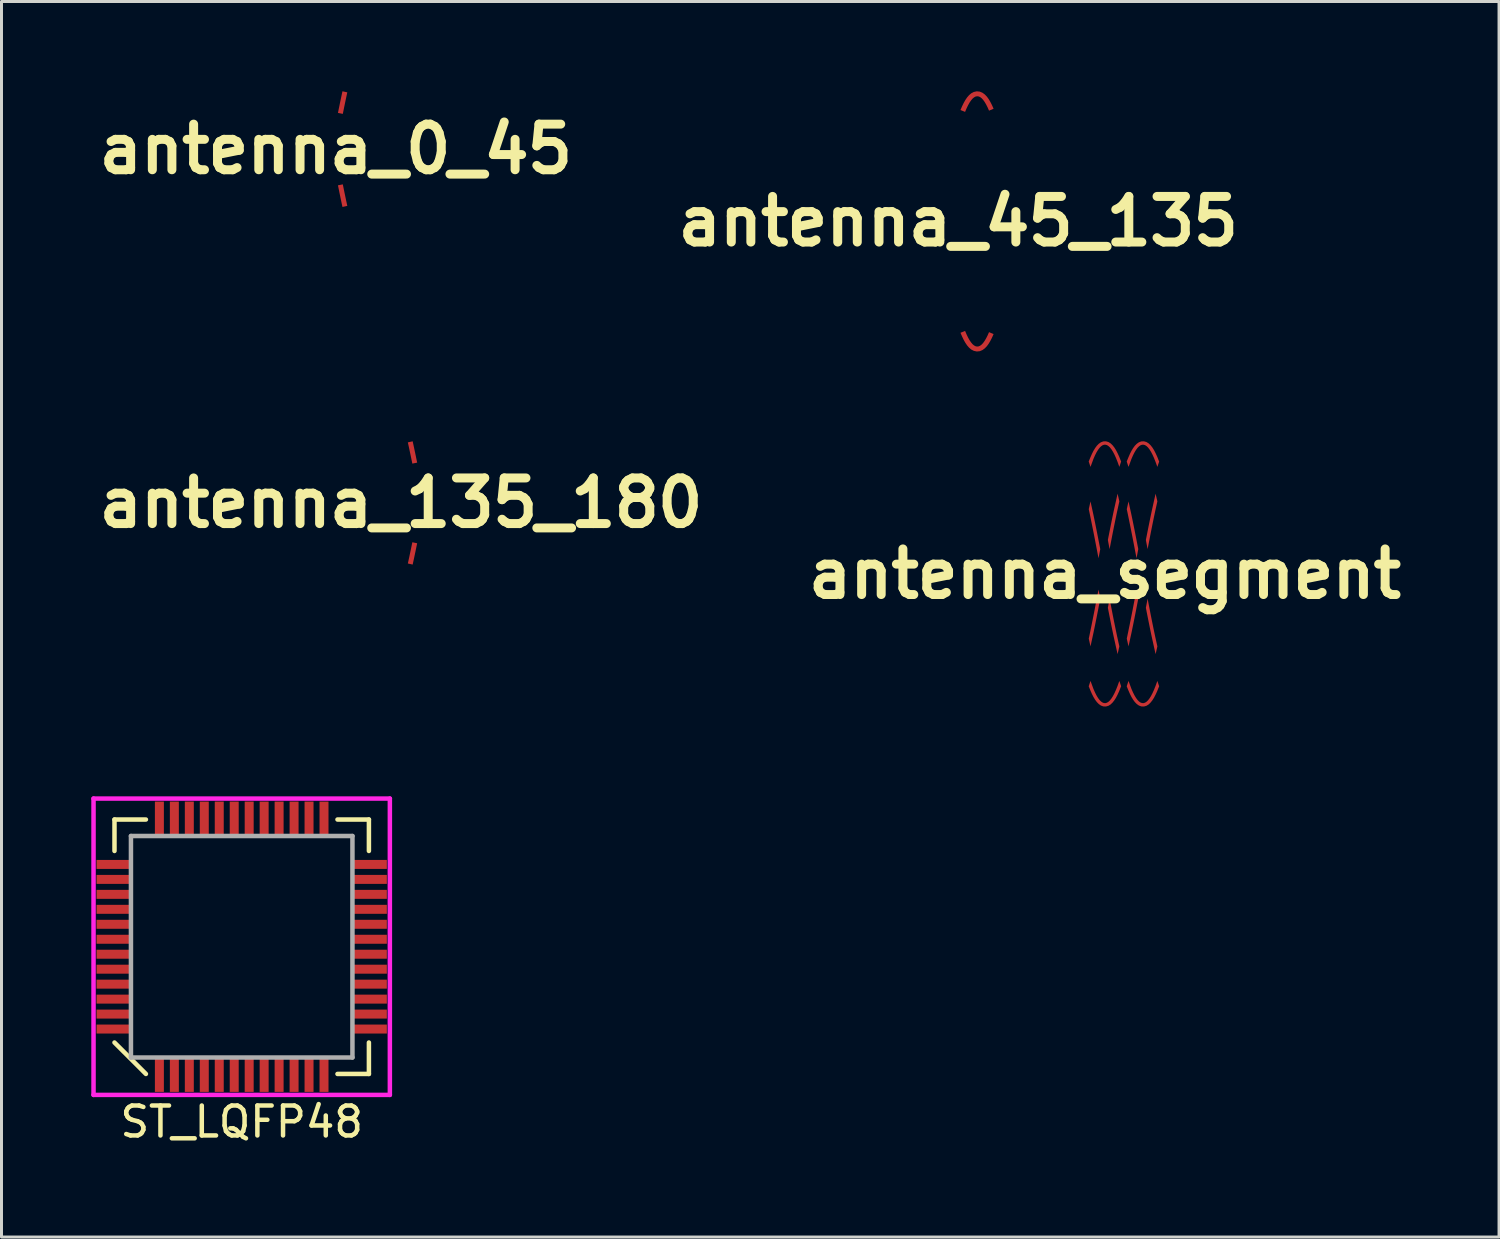
<source format=kicad_pcb>
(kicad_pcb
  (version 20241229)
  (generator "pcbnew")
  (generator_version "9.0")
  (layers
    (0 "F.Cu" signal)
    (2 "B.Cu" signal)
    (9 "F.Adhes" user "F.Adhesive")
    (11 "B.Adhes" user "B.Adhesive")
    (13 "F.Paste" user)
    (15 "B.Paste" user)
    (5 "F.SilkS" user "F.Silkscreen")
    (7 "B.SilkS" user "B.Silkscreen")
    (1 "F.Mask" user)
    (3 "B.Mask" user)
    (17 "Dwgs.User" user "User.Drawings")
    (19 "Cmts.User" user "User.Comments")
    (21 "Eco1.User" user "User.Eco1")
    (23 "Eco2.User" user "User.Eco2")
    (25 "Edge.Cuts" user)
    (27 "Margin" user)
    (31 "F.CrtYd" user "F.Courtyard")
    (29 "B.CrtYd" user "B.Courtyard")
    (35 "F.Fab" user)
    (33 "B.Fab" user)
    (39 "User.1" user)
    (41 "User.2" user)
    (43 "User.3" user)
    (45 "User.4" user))
  (footprint "antenna_segment"
    (layer "F.Cu")
    (at 33.865 16.124)
    (property "Reference" "antenna_segment" (at 0 0 0) (layer "F.SilkS") (effects (font (size 1.524 1.524) (thickness 0.3))))
    (attr through_hole)
    (fp_poly (pts (xy -0.482 -2.422) (xy -0.382 -1.963) (xy -0.332 -1.721) (xy -0.282 -1.473) (xy -0.232 -1.22) (xy -0.156 -0.828) (xy -0.214 -0.523) (xy -0.344 -1.198) (xy -0.394 -1.451) (xy -0.444 -1.699) (xy -0.493 -1.939) (xy -0.54 -2.163)) (stroke (width 0.001) (type solid)) (fill yes) (layer "F.Cu"))
    (fp_poly (pts (xy -0.482 2.422) (xy -0.382 1.963) (xy -0.332 1.721) (xy -0.282 1.473) (xy -0.232 1.22) (xy -0.156 0.828) (xy -0.214 0.523) (xy -0.344 1.198) (xy -0.394 1.451) (xy -0.444 1.699) (xy -0.493 1.939) (xy -0.54 2.163)) (stroke (width 0.001) (type solid)) (fill yes) (layer "F.Cu"))
    (fp_poly (pts (xy 0.156 -0.828) (xy 0.256 -1.345) (xy 0.306 -1.596) (xy 0.356 -1.841) (xy 0.406 -2.079) (xy 0.482 -2.422) (xy 0.423 -2.681) (xy 0.294 -2.102) (xy 0.244 -1.864) (xy 0.194 -1.618) (xy 0.144 -1.367) (xy 0.098 -1.133)) (stroke (width 0.001) (type solid)) (fill yes) (layer "F.Cu"))
    (fp_poly (pts (xy 0.156 0.828) (xy 0.256 1.345) (xy 0.306 1.596) (xy 0.356 1.841) (xy 0.406 2.079) (xy 0.482 2.422) (xy 0.423 2.681) (xy 0.294 2.102) (xy 0.244 1.864) (xy 0.194 1.618) (xy 0.144 1.367) (xy 0.098 1.133)) (stroke (width 0.001) (type solid)) (fill yes) (layer "F.Cu"))
    (fp_poly (pts (xy 0.788 -2.422) (xy 0.888 -1.963) (xy 0.938 -1.721) (xy 0.988 -1.473) (xy 1.038 -1.22) (xy 1.114 -0.828) (xy 1.056 -0.523) (xy 0.926 -1.198) (xy 0.876 -1.451) (xy 0.826 -1.699) (xy 0.777 -1.939) (xy 0.73 -2.163)) (stroke (width 0.001) (type solid)) (fill yes) (layer "F.Cu"))
    (fp_poly (pts (xy 0.788 2.422) (xy 0.888 1.963) (xy 0.938 1.721) (xy 0.988 1.473) (xy 1.038 1.22) (xy 1.114 0.828) (xy 1.056 0.523) (xy 0.926 1.198) (xy 0.876 1.451) (xy 0.826 1.699) (xy 0.777 1.939) (xy 0.73 2.163)) (stroke (width 0.001) (type solid)) (fill yes) (layer "F.Cu"))
    (fp_poly (pts (xy 1.426 -0.828) (xy 1.526 -1.345) (xy 1.576 -1.596) (xy 1.626 -1.841) (xy 1.676 -2.079) (xy 1.752 -2.422) (xy 1.693 -2.681) (xy 1.564 -2.102) (xy 1.514 -1.864) (xy 1.464 -1.618) (xy 1.414 -1.367) (xy 1.368 -1.133)) (stroke (width 0.001) (type solid)) (fill yes) (layer "F.Cu"))
    (fp_poly (pts (xy 1.426 0.828) (xy 1.526 1.345) (xy 1.576 1.596) (xy 1.626 1.841) (xy 1.676 2.079) (xy 1.752 2.422) (xy 1.693 2.681) (xy 1.564 2.102) (xy 1.514 1.864) (xy 1.464 1.618) (xy 1.414 1.367) (xy 1.368 1.133)) (stroke (width 0.001) (type solid)) (fill yes) (layer "F.Cu"))
    (fp_poly (pts (xy -0.482 -3.575) (xy -0.382 -3.846) (xy -0.332 -3.96) (xy -0.282 -4.059) (xy -0.232 -4.142) (xy -0.182 -4.21) (xy -0.132 -4.261) (xy -0.082 -4.296) (xy -0.032 -4.315) (xy 0.018 -4.317) (xy 0.068 -4.303) (xy 0.118 -4.272) (xy 0.168 -4.225) (xy 0.218 -4.161) (xy 0.268 -4.082) (xy 0.318 -3.987) (xy 0.368 -3.877) (xy 0.418 -3.752) (xy 0.482 -3.575) (xy 0.542 -3.755) (xy 0.525 -3.793) (xy 0.474 -3.922) (xy 0.421 -4.037) (xy 0.368 -4.139) (xy 0.312 -4.227) (xy 0.253 -4.301) (xy 0.189 -4.362) (xy 0.116 -4.407) (xy 0.032 -4.43) (xy -0.055 -4.427) (xy -0.136 -4.397) (xy -0.206 -4.347) (xy -0.269 -4.283) (xy -0.327 -4.205) (xy -0.382 -4.114) (xy -0.435 -4.009) (xy -0.487 -3.89) (xy -0.542 -3.755)) (stroke (width 0.001) (type solid)) (fill yes) (layer "F.Cu"))
    (fp_poly (pts (xy -0.482 3.575) (xy -0.382 3.846) (xy -0.332 3.96) (xy -0.282 4.059) (xy -0.232 4.142) (xy -0.182 4.21) (xy -0.132 4.261) (xy -0.082 4.296) (xy -0.032 4.315) (xy 0.018 4.317) (xy 0.068 4.303) (xy 0.118 4.272) (xy 0.168 4.225) (xy 0.218 4.161) (xy 0.268 4.082) (xy 0.318 3.987) (xy 0.368 3.877) (xy 0.418 3.752) (xy 0.482 3.575) (xy 0.542 3.755) (xy 0.525 3.793) (xy 0.474 3.922) (xy 0.421 4.037) (xy 0.368 4.139) (xy 0.312 4.227) (xy 0.253 4.301) (xy 0.189 4.362) (xy 0.116 4.407) (xy 0.032 4.43) (xy -0.055 4.427) (xy -0.136 4.397) (xy -0.206 4.347) (xy -0.269 4.283) (xy -0.327 4.205) (xy -0.382 4.114) (xy -0.435 4.009) (xy -0.487 3.89) (xy -0.542 3.755)) (stroke (width 0.001) (type solid)) (fill yes) (layer "F.Cu"))
    (fp_poly (pts (xy 0.788 -3.575) (xy 0.888 -3.846) (xy 0.938 -3.96) (xy 0.988 -4.059) (xy 1.038 -4.142) (xy 1.088 -4.21) (xy 1.138 -4.261) (xy 1.188 -4.296) (xy 1.238 -4.315) (xy 1.288 -4.317) (xy 1.338 -4.303) (xy 1.388 -4.272) (xy 1.438 -4.225) (xy 1.488 -4.161) (xy 1.538 -4.082) (xy 1.588 -3.987) (xy 1.638 -3.877) (xy 1.688 -3.752) (xy 1.752 -3.575) (xy 1.812 -3.755) (xy 1.795 -3.793) (xy 1.744 -3.922) (xy 1.691 -4.037) (xy 1.638 -4.139) (xy 1.582 -4.227) (xy 1.523 -4.301) (xy 1.459 -4.362) (xy 1.386 -4.407) (xy 1.302 -4.43) (xy 1.215 -4.427) (xy 1.134 -4.397) (xy 1.064 -4.347) (xy 1.001 -4.283) (xy 0.943 -4.205) (xy 0.888 -4.114) (xy 0.835 -4.009) (xy 0.783 -3.89) (xy 0.728 -3.755)) (stroke (width 0.001) (type solid)) (fill yes) (layer "F.Cu"))
    (fp_poly (pts (xy 0.788 3.575) (xy 0.888 3.846) (xy 0.938 3.96) (xy 0.988 4.059) (xy 1.038 4.142) (xy 1.088 4.21) (xy 1.138 4.261) (xy 1.188 4.296) (xy 1.238 4.315) (xy 1.288 4.317) (xy 1.338 4.303) (xy 1.388 4.272) (xy 1.438 4.225) (xy 1.488 4.161) (xy 1.538 4.082) (xy 1.588 3.987) (xy 1.638 3.877) (xy 1.688 3.752) (xy 1.752 3.575) (xy 1.812 3.755) (xy 1.795 3.793) (xy 1.744 3.922) (xy 1.691 4.037) (xy 1.638 4.139) (xy 1.582 4.227) (xy 1.523 4.301) (xy 1.459 4.362) (xy 1.386 4.407) (xy 1.302 4.43) (xy 1.215 4.427) (xy 1.134 4.397) (xy 1.064 4.347) (xy 1.001 4.283) (xy 0.943 4.205) (xy 0.888 4.114) (xy 0.835 4.009) (xy 0.783 3.89) (xy 0.728 3.755)) (stroke (width 0.001) (type solid)) (fill yes) (layer "F.Cu")))
  (footprint "antenna_135_180"
    (layer "F.Cu")
    (at 10.349 13.753)
    (property "Reference" "antenna_135_180" (at 0 0 0) (layer "F.SilkS") (effects (font (size 1.524 1.524) (thickness 0.3))))
    (attr through_hole)
    (fp_poly (pts (xy 0.227 -2.023) (xy 0.277 -1.793) (xy 0.327 -1.556) (xy 0.377 -1.314) (xy 0.538 -1.347) (xy 0.488 -1.59) (xy 0.438 -1.828) (xy 0.388 -2.059)) (stroke (width 0.001) (type solid)) (fill yes) (layer "F.Cu"))
    (fp_poly (pts (xy 0.227 2.023) (xy 0.277 1.793) (xy 0.327 1.556) (xy 0.377 1.314) (xy 0.538 1.347) (xy 0.488 1.59) (xy 0.438 1.828) (xy 0.388 2.059)) (stroke (width 0.001) (type solid)) (fill yes) (layer "F.Cu")))
  (footprint "ST_LQFP48"
    (layer "F.Cu")
    (at 5.025 28.58)
    (property "Reference" "ST_LQFP48" (at 0 5.85 0) (layer "F.SilkS") (effects (font (size 1 1) (thickness 0.15))))
    (attr through_hole)
    (fp_line (start -4.25 -4.25) (end -4.25 -3.2) (stroke (width 0.15) (type solid)) (layer "F.SilkS"))
    (fp_line (start -4.25 3.2) (end -3.2 4.25) (stroke (width 0.15) (type solid)) (layer "F.SilkS"))
    (fp_line (start -3.2 -4.25) (end -4.25 -4.25) (stroke (width 0.15) (type solid)) (layer "F.SilkS"))
    (fp_line (start 3.2 4.25) (end 4.25 4.25) (stroke (width 0.15) (type solid)) (layer "F.SilkS"))
    (fp_line (start 4.25 -4.25) (end 3.2 -4.25) (stroke (width 0.15) (type solid)) (layer "F.SilkS"))
    (fp_line (start 4.25 -3.2) (end 4.25 -4.25) (stroke (width 0.15) (type solid)) (layer "F.SilkS"))
    (fp_line (start 4.25 4.25) (end 4.25 3.2) (stroke (width 0.15) (type solid)) (layer "F.SilkS"))
    (fp_line (start -4.95 -4.95) (end 4.95 -4.95) (stroke (width 0.15) (type solid)) (layer "F.CrtYd"))
    (fp_line (start -4.95 4.95) (end -4.95 -4.95) (stroke (width 0.15) (type solid)) (layer "F.CrtYd"))
    (fp_line (start 4.95 -4.95) (end 4.95 4.95) (stroke (width 0.15) (type solid)) (layer "F.CrtYd"))
    (fp_line (start 4.95 4.95) (end -4.95 4.95) (stroke (width 0.15) (type solid)) (layer "F.CrtYd"))
    (fp_line (start -3.7 -3.7) (end 3.7 -3.7) (stroke (width 0.15) (type solid)) (layer "F.Fab"))
    (fp_line (start -3.7 3.7) (end -3.7 -3.7) (stroke (width 0.15) (type solid)) (layer "F.Fab"))
    (fp_line (start 3.7 -3.7) (end 3.7 3.7) (stroke (width 0.15) (type solid)) (layer "F.Fab"))
    (fp_line (start 3.7 3.7) (end -3.7 3.7) (stroke (width 0.15) (type solid)) (layer "F.Fab"))
    (pad "1" smd rect (at -2.75 4.25) (size 0.3 1.2) (layers "F.Cu" "F.Mask" "F.Paste"))
    (pad "2" smd rect (at -2.25 4.25) (size 0.3 1.2) (layers "F.Cu" "F.Mask" "F.Paste"))
    (pad "3" smd rect (at -1.75 4.25) (size 0.3 1.2) (layers "F.Cu" "F.Mask" "F.Paste"))
    (pad "4" smd rect (at -1.25 4.25) (size 0.3 1.2) (layers "F.Cu" "F.Mask" "F.Paste"))
    (pad "5" smd rect (at -0.75 4.25) (size 0.3 1.2) (layers "F.Cu" "F.Mask" "F.Paste"))
    (pad "6" smd rect (at -0.25 4.25) (size 0.3 1.2) (layers "F.Cu" "F.Mask" "F.Paste"))
    (pad "7" smd rect (at 0.25 4.25) (size 0.3 1.2) (layers "F.Cu" "F.Mask" "F.Paste"))
    (pad "8" smd rect (at 0.75 4.25) (size 0.3 1.2) (layers "F.Cu" "F.Mask" "F.Paste"))
    (pad "9" smd rect (at 1.25 4.25) (size 0.3 1.2) (layers "F.Cu" "F.Mask" "F.Paste"))
    (pad "10" smd rect (at 1.75 4.25) (size 0.3 1.2) (layers "F.Cu" "F.Mask" "F.Paste"))
    (pad "11" smd rect (at 2.25 4.25) (size 0.3 1.2) (layers "F.Cu" "F.Mask" "F.Paste"))
    (pad "12" smd rect (at 2.75 4.25) (size 0.3 1.2) (layers "F.Cu" "F.Mask" "F.Paste"))
    (pad "13" smd rect (at 4.25 2.75) (size 1.2 0.3) (layers "F.Cu" "F.Mask" "F.Paste"))
    (pad "14" smd rect (at 4.25 2.25) (size 1.2 0.3) (layers "F.Cu" "F.Mask" "F.Paste"))
    (pad "15" smd rect (at 4.25 1.75) (size 1.2 0.3) (layers "F.Cu" "F.Mask" "F.Paste"))
    (pad "16" smd rect (at 4.25 1.25) (size 1.2 0.3) (layers "F.Cu" "F.Mask" "F.Paste"))
    (pad "17" smd rect (at 4.25 0.75) (size 1.2 0.3) (layers "F.Cu" "F.Mask" "F.Paste"))
    (pad "18" smd rect (at 4.25 0.25) (size 1.2 0.3) (layers "F.Cu" "F.Mask" "F.Paste"))
    (pad "19" smd rect (at 4.25 -0.25) (size 1.2 0.3) (layers "F.Cu" "F.Mask" "F.Paste"))
    (pad "20" smd rect (at 4.25 -0.75) (size 1.2 0.3) (layers "F.Cu" "F.Mask" "F.Paste"))
    (pad "21" smd rect (at 4.25 -1.25) (size 1.2 0.3) (layers "F.Cu" "F.Mask" "F.Paste"))
    (pad "22" smd rect (at 4.25 -1.75) (size 1.2 0.3) (layers "F.Cu" "F.Mask" "F.Paste"))
    (pad "23" smd rect (at 4.25 -2.25) (size 1.2 0.3) (layers "F.Cu" "F.Mask" "F.Paste"))
    (pad "24" smd rect (at 4.25 -2.75) (size 1.2 0.3) (layers "F.Cu" "F.Mask" "F.Paste"))
    (pad "25" smd rect (at 2.75 -4.25) (size 0.3 1.2) (layers "F.Cu" "F.Mask" "F.Paste"))
    (pad "26" smd rect (at 2.25 -4.25) (size 0.3 1.2) (layers "F.Cu" "F.Mask" "F.Paste"))
    (pad "27" smd rect (at 1.75 -4.25) (size 0.3 1.2) (layers "F.Cu" "F.Mask" "F.Paste"))
    (pad "28" smd rect (at 1.25 -4.25) (size 0.3 1.2) (layers "F.Cu" "F.Mask" "F.Paste"))
    (pad "29" smd rect (at 0.75 -4.25) (size 0.3 1.2) (layers "F.Cu" "F.Mask" "F.Paste"))
    (pad "30" smd rect (at 0.25 -4.25) (size 0.3 1.2) (layers "F.Cu" "F.Mask" "F.Paste"))
    (pad "31" smd rect (at -0.25 -4.25) (size 0.3 1.2) (layers "F.Cu" "F.Mask" "F.Paste"))
    (pad "32" smd rect (at -0.75 -4.25) (size 0.3 1.2) (layers "F.Cu" "F.Mask" "F.Paste"))
    (pad "33" smd rect (at -1.25 -4.25) (size 0.3 1.2) (layers "F.Cu" "F.Mask" "F.Paste"))
    (pad "34" smd rect (at -1.75 -4.25) (size 0.3 1.2) (layers "F.Cu" "F.Mask" "F.Paste"))
    (pad "35" smd rect (at -2.25 -4.25) (size 0.3 1.2) (layers "F.Cu" "F.Mask" "F.Paste"))
    (pad "36" smd rect (at -2.75 -4.25) (size 0.3 1.2) (layers "F.Cu" "F.Mask" "F.Paste"))
    (pad "37" smd rect (at -4.25 -2.75) (size 1.2 0.3) (layers "F.Cu" "F.Mask" "F.Paste"))
    (pad "38" smd rect (at -4.25 -2.25) (size 1.2 0.3) (layers "F.Cu" "F.Mask" "F.Paste"))
    (pad "39" smd rect (at -4.25 -1.75) (size 1.2 0.3) (layers "F.Cu" "F.Mask" "F.Paste"))
    (pad "40" smd rect (at -4.25 -1.25) (size 1.2 0.3) (layers "F.Cu" "F.Mask" "F.Paste"))
    (pad "41" smd rect (at -4.25 -0.75) (size 1.2 0.3) (layers "F.Cu" "F.Mask" "F.Paste"))
    (pad "42" smd rect (at -4.25 -0.25) (size 1.2 0.3) (layers "F.Cu" "F.Mask" "F.Paste"))
    (pad "43" smd rect (at -4.25 0.25) (size 1.2 0.3) (layers "F.Cu" "F.Mask" "F.Paste"))
    (pad "44" smd rect (at -4.25 0.75) (size 1.2 0.3) (layers "F.Cu" "F.Mask" "F.Paste"))
    (pad "45" smd rect (at -4.25 1.25) (size 1.2 0.3) (layers "F.Cu" "F.Mask" "F.Paste"))
    (pad "46" smd rect (at -4.25 1.75) (size 1.2 0.3) (layers "F.Cu" "F.Mask" "F.Paste"))
    (pad "47" smd rect (at -4.25 2.25) (size 1.2 0.3) (layers "F.Cu" "F.Mask" "F.Paste"))
    (pad "48" smd rect (at -4.25 2.75) (size 1.2 0.3) (layers "F.Cu" "F.Mask" "F.Paste")))
  (footprint "antenna_0_45"
    (layer "F.Cu")
    (at 8.172 1.932)
    (property "Reference" "antenna_0_45" (at 0 0 0) (layer "F.SilkS") (effects (font (size 1.524 1.524) (thickness 0.3))))
    (attr through_hole)
    (fp_poly (pts (xy 0.231 -1.177) (xy 0.281 -1.423) (xy 0.331 -1.663) (xy 0.381 -1.897) (xy 0.219 -1.932) (xy 0.169 -1.697) (xy 0.119 -1.456) (xy 0.069 -1.21)) (stroke (width 0.001) (type solid)) (fill yes) (layer "F.Cu"))
    (fp_poly (pts (xy 0.231 1.177) (xy 0.281 1.423) (xy 0.331 1.663) (xy 0.381 1.897) (xy 0.219 1.932) (xy 0.169 1.697) (xy 0.119 1.456) (xy 0.069 1.21)) (stroke (width 0.001) (type solid)) (fill yes) (layer "F.Cu")))
  (footprint "antenna_45_135"
    (layer "F.Cu")
    (at 28.966 4.347)
    (property "Reference" "antenna_45_135" (at 0 0 0) (layer "F.SilkS") (effects (font (size 1.524 1.524) (thickness 0.3))))
    (attr through_hole)
    (fp_poly (pts (xy 0.227 -3.659) (xy 0.277 -3.777) (xy 0.327 -3.881) (xy 0.377 -3.97) (xy 0.427 -4.043) (xy 0.477 -4.102) (xy 0.527 -4.144) (xy 0.577 -4.171) (xy 0.627 -4.181) (xy 0.677 -4.176) (xy 0.727 -4.155) (xy 0.777 -4.118) (xy 0.827 -4.065) (xy 0.877 -3.996) (xy 0.927 -3.912) (xy 0.977 -3.814) (xy 1.027 -3.7) (xy 1.179 -3.764) (xy 1.126 -3.884) (xy 1.071 -3.992) (xy 1.015 -4.087) (xy 0.954 -4.17) (xy 0.887 -4.24) (xy 0.81 -4.297) (xy 0.719 -4.336) (xy 0.618 -4.346) (xy 0.519 -4.325) (xy 0.433 -4.28) (xy 0.36 -4.218) (xy 0.295 -4.143) (xy 0.236 -4.056) (xy 0.18 -3.957) (xy 0.126 -3.845) (xy 0.073 -3.721)) (stroke (width 0.001) (type solid)) (fill yes) (layer "F.Cu"))
    (fp_poly (pts (xy 0.227 3.659) (xy 0.277 3.777) (xy 0.327 3.881) (xy 0.377 3.97) (xy 0.427 4.043) (xy 0.477 4.102) (xy 0.527 4.144) (xy 0.577 4.171) (xy 0.627 4.181) (xy 0.677 4.176) (xy 0.727 4.155) (xy 0.777 4.118) (xy 0.827 4.065) (xy 0.877 3.996) (xy 0.927 3.912) (xy 0.977 3.814) (xy 1.027 3.7) (xy 1.179 3.764) (xy 1.126 3.884) (xy 1.071 3.992) (xy 1.015 4.087) (xy 0.954 4.17) (xy 0.887 4.24) (xy 0.81 4.297) (xy 0.719 4.336) (xy 0.618 4.346) (xy 0.519 4.325) (xy 0.433 4.28) (xy 0.36 4.218) (xy 0.295 4.143) (xy 0.236 4.056) (xy 0.18 3.957) (xy 0.126 3.845) (xy 0.073 3.721)) (stroke (width 0.001) (type solid)) (fill yes) (layer "F.Cu")))
  (gr_rect
    (start -3 -3)
    (end 47.032 38.278)
    (stroke (width 0.1) (type default))
    (fill no)
    (layer "Edge.Cuts")))
</source>
